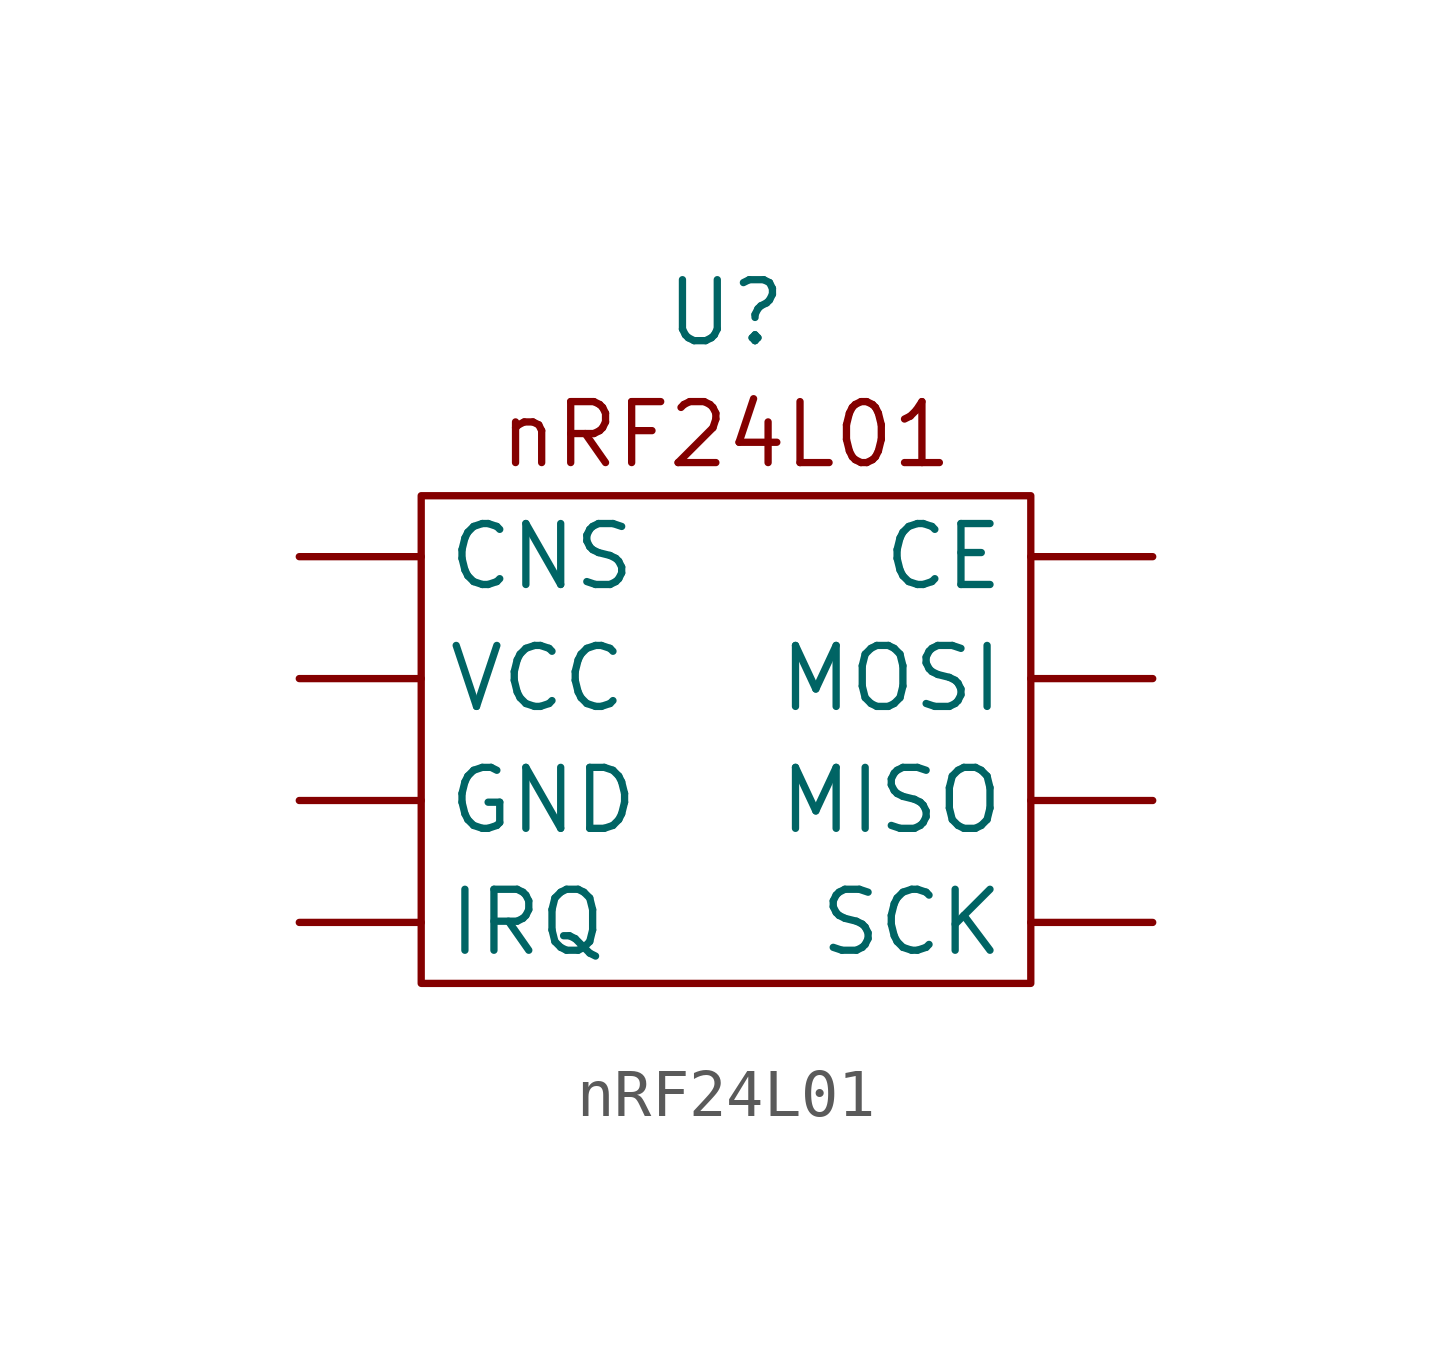
<source format=kicad_sym>
(kicad_symbol_lib
  (version 20220914)
  (generator kicad_symbol_editor)
  (symbol "nRF24L01"
    (property "Reference" "U"
      (at 0 8.89 0)
      (effects (font (size 1.27 1.27))))
    (property "Value" ""
      (at 0 0 0)
      (effects (font (size 1.27 1.27))))
    (symbol "nRF24L01_0_1"
      (rectangle (start -6.35 5.08) (end 6.35 -5.08) (stroke (width 0) (type default)) (fill (type none))))
    (symbol "nRF24L01_1_1"
      (text "nRF24L01" (at 0 6.35 0) (effects (font (size 1.27 1.27))))
      (pin input line (at 8.89 3.81 180) (length 2.54) (name "CE" (effects (font (size 1.27 1.27)))) (number "" (effects (font (size 1.27 1.27)))))
      (pin input line (at -8.89 3.81 0) (length 2.54) (name "CNS" (effects (font (size 1.27 1.27)))) (number "" (effects (font (size 1.27 1.27)))))
      (pin power_in line (at -8.89 -1.27 0) (length 2.54) (name "GND" (effects (font (size 1.27 1.27)))) (number "" (effects (font (size 1.27 1.27)))))
      (pin output line (at -8.89 -3.81 0) (length 2.54) (name "IRQ" (effects (font (size 1.27 1.27)))) (number "" (effects (font (size 1.27 1.27)))))
      (pin output line (at 8.89 -1.27 180) (length 2.54) (name "MISO" (effects (font (size 1.27 1.27)))) (number "" (effects (font (size 1.27 1.27)))))
      (pin input line (at 8.89 1.27 180) (length 2.54) (name "MOSI" (effects (font (size 1.27 1.27)))) (number "" (effects (font (size 1.27 1.27)))))
      (pin input line (at 8.89 -3.81 180) (length 2.54) (name "SCK" (effects (font (size 1.27 1.27)))) (number "" (effects (font (size 1.27 1.27)))))
      (pin power_in line (at -8.89 1.27 0) (length 2.54) (name "VCC" (effects (font (size 1.27 1.27)))) (number "" (effects (font (size 1.27 1.27))))))))
</source>
